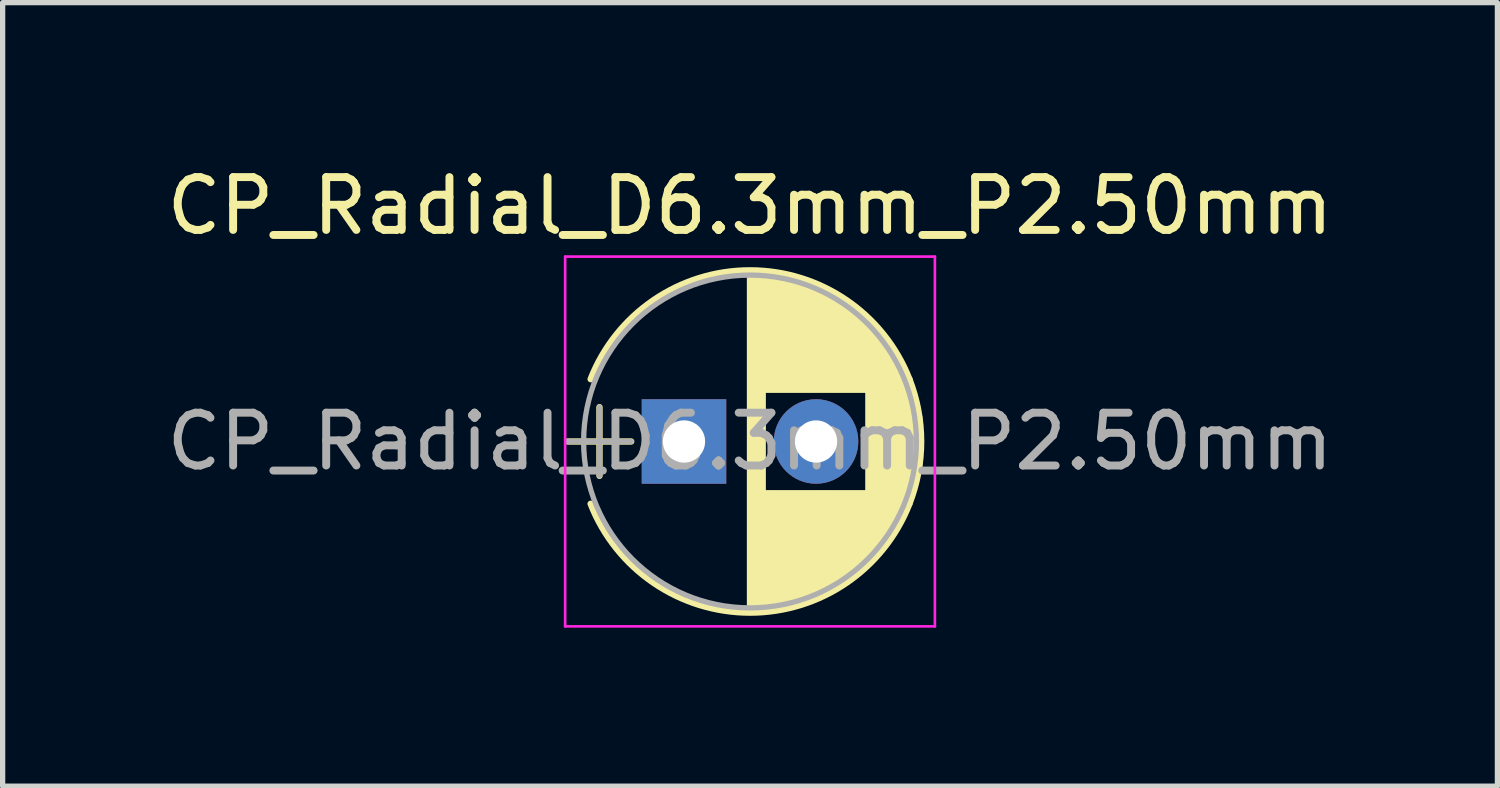
<source format=kicad_pcb>
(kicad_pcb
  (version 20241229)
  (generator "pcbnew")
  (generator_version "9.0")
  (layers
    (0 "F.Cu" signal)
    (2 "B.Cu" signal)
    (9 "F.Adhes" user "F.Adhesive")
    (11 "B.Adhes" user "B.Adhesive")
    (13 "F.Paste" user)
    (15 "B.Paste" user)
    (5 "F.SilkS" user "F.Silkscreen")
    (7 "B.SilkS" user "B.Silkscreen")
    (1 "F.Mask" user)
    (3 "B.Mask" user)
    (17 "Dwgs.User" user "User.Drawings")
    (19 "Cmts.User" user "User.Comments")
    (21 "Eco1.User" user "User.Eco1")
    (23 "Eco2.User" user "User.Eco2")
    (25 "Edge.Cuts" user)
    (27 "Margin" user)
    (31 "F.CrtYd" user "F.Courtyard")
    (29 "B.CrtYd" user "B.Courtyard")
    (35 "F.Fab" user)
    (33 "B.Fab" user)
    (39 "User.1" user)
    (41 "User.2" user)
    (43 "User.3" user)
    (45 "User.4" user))
  (footprint "CP_Radial_D6.3mm_P2.50mm"
    (layer "F.Cu")
    (at 9.899 5.308)
    (property "Reference" "CP_Radial_D6.3mm_P2.50mm" (at 1.25 -4.46 0) (layer "F.SilkS") (effects (font (size 1 1) (thickness 0.15))))
    (attr through_hole)
    (fp_line (start -2.2 0) (end -1 0) (stroke (width 0.12) (type solid)) (layer "F.SilkS"))
    (fp_line (start -1.6 -0.65) (end -1.6 0.65) (stroke (width 0.12) (type solid)) (layer "F.SilkS"))
    (fp_line (start 1.25 -3.2) (end 1.25 3.2) (stroke (width 0.12) (type solid)) (layer "F.SilkS"))
    (fp_line (start 1.29 -3.2) (end 1.29 3.2) (stroke (width 0.12) (type solid)) (layer "F.SilkS"))
    (fp_line (start 1.33 -3.2) (end 1.33 3.2) (stroke (width 0.12) (type solid)) (layer "F.SilkS"))
    (fp_line (start 1.37 -3.198) (end 1.37 3.198) (stroke (width 0.12) (type solid)) (layer "F.SilkS"))
    (fp_line (start 1.41 -3.197) (end 1.41 3.197) (stroke (width 0.12) (type solid)) (layer "F.SilkS"))
    (fp_line (start 1.45 -3.194) (end 1.45 3.194) (stroke (width 0.12) (type solid)) (layer "F.SilkS"))
    (fp_line (start 1.49 -3.192) (end 1.49 3.192) (stroke (width 0.12) (type solid)) (layer "F.SilkS"))
    (fp_line (start 1.53 -3.188) (end 1.53 -0.98) (stroke (width 0.12) (type solid)) (layer "F.SilkS"))
    (fp_line (start 1.53 0.98) (end 1.53 3.188) (stroke (width 0.12) (type solid)) (layer "F.SilkS"))
    (fp_line (start 1.57 -3.185) (end 1.57 -0.98) (stroke (width 0.12) (type solid)) (layer "F.SilkS"))
    (fp_line (start 1.57 0.98) (end 1.57 3.185) (stroke (width 0.12) (type solid)) (layer "F.SilkS"))
    (fp_line (start 1.61 -3.18) (end 1.61 -0.98) (stroke (width 0.12) (type solid)) (layer "F.SilkS"))
    (fp_line (start 1.61 0.98) (end 1.61 3.18) (stroke (width 0.12) (type solid)) (layer "F.SilkS"))
    (fp_line (start 1.65 -3.176) (end 1.65 -0.98) (stroke (width 0.12) (type solid)) (layer "F.SilkS"))
    (fp_line (start 1.65 0.98) (end 1.65 3.176) (stroke (width 0.12) (type solid)) (layer "F.SilkS"))
    (fp_line (start 1.69 -3.17) (end 1.69 -0.98) (stroke (width 0.12) (type solid)) (layer "F.SilkS"))
    (fp_line (start 1.69 0.98) (end 1.69 3.17) (stroke (width 0.12) (type solid)) (layer "F.SilkS"))
    (fp_line (start 1.73 -3.165) (end 1.73 -0.98) (stroke (width 0.12) (type solid)) (layer "F.SilkS"))
    (fp_line (start 1.73 0.98) (end 1.73 3.165) (stroke (width 0.12) (type solid)) (layer "F.SilkS"))
    (fp_line (start 1.77 -3.158) (end 1.77 -0.98) (stroke (width 0.12) (type solid)) (layer "F.SilkS"))
    (fp_line (start 1.77 0.98) (end 1.77 3.158) (stroke (width 0.12) (type solid)) (layer "F.SilkS"))
    (fp_line (start 1.81 -3.152) (end 1.81 -0.98) (stroke (width 0.12) (type solid)) (layer "F.SilkS"))
    (fp_line (start 1.81 0.98) (end 1.81 3.152) (stroke (width 0.12) (type solid)) (layer "F.SilkS"))
    (fp_line (start 1.85 -3.144) (end 1.85 -0.98) (stroke (width 0.12) (type solid)) (layer "F.SilkS"))
    (fp_line (start 1.85 0.98) (end 1.85 3.144) (stroke (width 0.12) (type solid)) (layer "F.SilkS"))
    (fp_line (start 1.89 -3.137) (end 1.89 -0.98) (stroke (width 0.12) (type solid)) (layer "F.SilkS"))
    (fp_line (start 1.89 0.98) (end 1.89 3.137) (stroke (width 0.12) (type solid)) (layer "F.SilkS"))
    (fp_line (start 1.93 -3.128) (end 1.93 -0.98) (stroke (width 0.12) (type solid)) (layer "F.SilkS"))
    (fp_line (start 1.93 0.98) (end 1.93 3.128) (stroke (width 0.12) (type solid)) (layer "F.SilkS"))
    (fp_line (start 1.971 -3.119) (end 1.971 -0.98) (stroke (width 0.12) (type solid)) (layer "F.SilkS"))
    (fp_line (start 1.971 0.98) (end 1.971 3.119) (stroke (width 0.12) (type solid)) (layer "F.SilkS"))
    (fp_line (start 2.011 -3.11) (end 2.011 -0.98) (stroke (width 0.12) (type solid)) (layer "F.SilkS"))
    (fp_line (start 2.011 0.98) (end 2.011 3.11) (stroke (width 0.12) (type solid)) (layer "F.SilkS"))
    (fp_line (start 2.051 -3.1) (end 2.051 -0.98) (stroke (width 0.12) (type solid)) (layer "F.SilkS"))
    (fp_line (start 2.051 0.98) (end 2.051 3.1) (stroke (width 0.12) (type solid)) (layer "F.SilkS"))
    (fp_line (start 2.091 -3.09) (end 2.091 -0.98) (stroke (width 0.12) (type solid)) (layer "F.SilkS"))
    (fp_line (start 2.091 0.98) (end 2.091 3.09) (stroke (width 0.12) (type solid)) (layer "F.SilkS"))
    (fp_line (start 2.131 -3.079) (end 2.131 -0.98) (stroke (width 0.12) (type solid)) (layer "F.SilkS"))
    (fp_line (start 2.131 0.98) (end 2.131 3.079) (stroke (width 0.12) (type solid)) (layer "F.SilkS"))
    (fp_line (start 2.171 -3.067) (end 2.171 -0.98) (stroke (width 0.12) (type solid)) (layer "F.SilkS"))
    (fp_line (start 2.171 0.98) (end 2.171 3.067) (stroke (width 0.12) (type solid)) (layer "F.SilkS"))
    (fp_line (start 2.211 -3.055) (end 2.211 -0.98) (stroke (width 0.12) (type solid)) (layer "F.SilkS"))
    (fp_line (start 2.211 0.98) (end 2.211 3.055) (stroke (width 0.12) (type solid)) (layer "F.SilkS"))
    (fp_line (start 2.251 -3.042) (end 2.251 -0.98) (stroke (width 0.12) (type solid)) (layer "F.SilkS"))
    (fp_line (start 2.251 0.98) (end 2.251 3.042) (stroke (width 0.12) (type solid)) (layer "F.SilkS"))
    (fp_line (start 2.291 -3.029) (end 2.291 -0.98) (stroke (width 0.12) (type solid)) (layer "F.SilkS"))
    (fp_line (start 2.291 0.98) (end 2.291 3.029) (stroke (width 0.12) (type solid)) (layer "F.SilkS"))
    (fp_line (start 2.331 -3.015) (end 2.331 -0.98) (stroke (width 0.12) (type solid)) (layer "F.SilkS"))
    (fp_line (start 2.331 0.98) (end 2.331 3.015) (stroke (width 0.12) (type solid)) (layer "F.SilkS"))
    (fp_line (start 2.371 -3.001) (end 2.371 -0.98) (stroke (width 0.12) (type solid)) (layer "F.SilkS"))
    (fp_line (start 2.371 0.98) (end 2.371 3.001) (stroke (width 0.12) (type solid)) (layer "F.SilkS"))
    (fp_line (start 2.411 -2.986) (end 2.411 -0.98) (stroke (width 0.12) (type solid)) (layer "F.SilkS"))
    (fp_line (start 2.411 0.98) (end 2.411 2.986) (stroke (width 0.12) (type solid)) (layer "F.SilkS"))
    (fp_line (start 2.451 -2.97) (end 2.451 -0.98) (stroke (width 0.12) (type solid)) (layer "F.SilkS"))
    (fp_line (start 2.451 0.98) (end 2.451 2.97) (stroke (width 0.12) (type solid)) (layer "F.SilkS"))
    (fp_line (start 2.491 -2.954) (end 2.491 -0.98) (stroke (width 0.12) (type solid)) (layer "F.SilkS"))
    (fp_line (start 2.491 0.98) (end 2.491 2.954) (stroke (width 0.12) (type solid)) (layer "F.SilkS"))
    (fp_line (start 2.531 -2.937) (end 2.531 -0.98) (stroke (width 0.12) (type solid)) (layer "F.SilkS"))
    (fp_line (start 2.531 0.98) (end 2.531 2.937) (stroke (width 0.12) (type solid)) (layer "F.SilkS"))
    (fp_line (start 2.571 -2.919) (end 2.571 -0.98) (stroke (width 0.12) (type solid)) (layer "F.SilkS"))
    (fp_line (start 2.571 0.98) (end 2.571 2.919) (stroke (width 0.12) (type solid)) (layer "F.SilkS"))
    (fp_line (start 2.611 -2.901) (end 2.611 -0.98) (stroke (width 0.12) (type solid)) (layer "F.SilkS"))
    (fp_line (start 2.611 0.98) (end 2.611 2.901) (stroke (width 0.12) (type solid)) (layer "F.SilkS"))
    (fp_line (start 2.651 -2.882) (end 2.651 -0.98) (stroke (width 0.12) (type solid)) (layer "F.SilkS"))
    (fp_line (start 2.651 0.98) (end 2.651 2.882) (stroke (width 0.12) (type solid)) (layer "F.SilkS"))
    (fp_line (start 2.691 -2.863) (end 2.691 -0.98) (stroke (width 0.12) (type solid)) (layer "F.SilkS"))
    (fp_line (start 2.691 0.98) (end 2.691 2.863) (stroke (width 0.12) (type solid)) (layer "F.SilkS"))
    (fp_line (start 2.731 -2.843) (end 2.731 -0.98) (stroke (width 0.12) (type solid)) (layer "F.SilkS"))
    (fp_line (start 2.731 0.98) (end 2.731 2.843) (stroke (width 0.12) (type solid)) (layer "F.SilkS"))
    (fp_line (start 2.771 -2.822) (end 2.771 -0.98) (stroke (width 0.12) (type solid)) (layer "F.SilkS"))
    (fp_line (start 2.771 0.98) (end 2.771 2.822) (stroke (width 0.12) (type solid)) (layer "F.SilkS"))
    (fp_line (start 2.811 -2.8) (end 2.811 -0.98) (stroke (width 0.12) (type solid)) (layer "F.SilkS"))
    (fp_line (start 2.811 0.98) (end 2.811 2.8) (stroke (width 0.12) (type solid)) (layer "F.SilkS"))
    (fp_line (start 2.851 -2.778) (end 2.851 -0.98) (stroke (width 0.12) (type solid)) (layer "F.SilkS"))
    (fp_line (start 2.851 0.98) (end 2.851 2.778) (stroke (width 0.12) (type solid)) (layer "F.SilkS"))
    (fp_line (start 2.891 -2.755) (end 2.891 -0.98) (stroke (width 0.12) (type solid)) (layer "F.SilkS"))
    (fp_line (start 2.891 0.98) (end 2.891 2.755) (stroke (width 0.12) (type solid)) (layer "F.SilkS"))
    (fp_line (start 2.931 -2.731) (end 2.931 -0.98) (stroke (width 0.12) (type solid)) (layer "F.SilkS"))
    (fp_line (start 2.931 0.98) (end 2.931 2.731) (stroke (width 0.12) (type solid)) (layer "F.SilkS"))
    (fp_line (start 2.971 -2.706) (end 2.971 -0.98) (stroke (width 0.12) (type solid)) (layer "F.SilkS"))
    (fp_line (start 2.971 0.98) (end 2.971 2.706) (stroke (width 0.12) (type solid)) (layer "F.SilkS"))
    (fp_line (start 3.011 -2.681) (end 3.011 -0.98) (stroke (width 0.12) (type solid)) (layer "F.SilkS"))
    (fp_line (start 3.011 0.98) (end 3.011 2.681) (stroke (width 0.12) (type solid)) (layer "F.SilkS"))
    (fp_line (start 3.051 -2.654) (end 3.051 -0.98) (stroke (width 0.12) (type solid)) (layer "F.SilkS"))
    (fp_line (start 3.051 0.98) (end 3.051 2.654) (stroke (width 0.12) (type solid)) (layer "F.SilkS"))
    (fp_line (start 3.091 -2.627) (end 3.091 -0.98) (stroke (width 0.12) (type solid)) (layer "F.SilkS"))
    (fp_line (start 3.091 0.98) (end 3.091 2.627) (stroke (width 0.12) (type solid)) (layer "F.SilkS"))
    (fp_line (start 3.131 -2.599) (end 3.131 -0.98) (stroke (width 0.12) (type solid)) (layer "F.SilkS"))
    (fp_line (start 3.131 0.98) (end 3.131 2.599) (stroke (width 0.12) (type solid)) (layer "F.SilkS"))
    (fp_line (start 3.171 -2.57) (end 3.171 -0.98) (stroke (width 0.12) (type solid)) (layer "F.SilkS"))
    (fp_line (start 3.171 0.98) (end 3.171 2.57) (stroke (width 0.12) (type solid)) (layer "F.SilkS"))
    (fp_line (start 3.211 -2.54) (end 3.211 -0.98) (stroke (width 0.12) (type solid)) (layer "F.SilkS"))
    (fp_line (start 3.211 0.98) (end 3.211 2.54) (stroke (width 0.12) (type solid)) (layer "F.SilkS"))
    (fp_line (start 3.251 -2.51) (end 3.251 -0.98) (stroke (width 0.12) (type solid)) (layer "F.SilkS"))
    (fp_line (start 3.251 0.98) (end 3.251 2.51) (stroke (width 0.12) (type solid)) (layer "F.SilkS"))
    (fp_line (start 3.291 -2.478) (end 3.291 -0.98) (stroke (width 0.12) (type solid)) (layer "F.SilkS"))
    (fp_line (start 3.291 0.98) (end 3.291 2.478) (stroke (width 0.12) (type solid)) (layer "F.SilkS"))
    (fp_line (start 3.331 -2.445) (end 3.331 -0.98) (stroke (width 0.12) (type solid)) (layer "F.SilkS"))
    (fp_line (start 3.331 0.98) (end 3.331 2.445) (stroke (width 0.12) (type solid)) (layer "F.SilkS"))
    (fp_line (start 3.371 -2.411) (end 3.371 -0.98) (stroke (width 0.12) (type solid)) (layer "F.SilkS"))
    (fp_line (start 3.371 0.98) (end 3.371 2.411) (stroke (width 0.12) (type solid)) (layer "F.SilkS"))
    (fp_line (start 3.411 -2.375) (end 3.411 -0.98) (stroke (width 0.12) (type solid)) (layer "F.SilkS"))
    (fp_line (start 3.411 0.98) (end 3.411 2.375) (stroke (width 0.12) (type solid)) (layer "F.SilkS"))
    (fp_line (start 3.451 -2.339) (end 3.451 -0.98) (stroke (width 0.12) (type solid)) (layer "F.SilkS"))
    (fp_line (start 3.451 0.98) (end 3.451 2.339) (stroke (width 0.12) (type solid)) (layer "F.SilkS"))
    (fp_line (start 3.491 -2.301) (end 3.491 2.301) (stroke (width 0.12) (type solid)) (layer "F.SilkS"))
    (fp_line (start 3.531 -2.262) (end 3.531 2.262) (stroke (width 0.12) (type solid)) (layer "F.SilkS"))
    (fp_line (start 3.571 -2.222) (end 3.571 2.222) (stroke (width 0.12) (type solid)) (layer "F.SilkS"))
    (fp_line (start 3.611 -2.18) (end 3.611 2.18) (stroke (width 0.12) (type solid)) (layer "F.SilkS"))
    (fp_line (start 3.651 -2.137) (end 3.651 2.137) (stroke (width 0.12) (type solid)) (layer "F.SilkS"))
    (fp_line (start 3.691 -2.092) (end 3.691 2.092) (stroke (width 0.12) (type solid)) (layer "F.SilkS"))
    (fp_line (start 3.731 -2.045) (end 3.731 2.045) (stroke (width 0.12) (type solid)) (layer "F.SilkS"))
    (fp_line (start 3.771 -1.997) (end 3.771 1.997) (stroke (width 0.12) (type solid)) (layer "F.SilkS"))
    (fp_line (start 3.811 -1.946) (end 3.811 1.946) (stroke (width 0.12) (type solid)) (layer "F.SilkS"))
    (fp_line (start 3.851 -1.894) (end 3.851 1.894) (stroke (width 0.12) (type solid)) (layer "F.SilkS"))
    (fp_line (start 3.891 -1.839) (end 3.891 1.839) (stroke (width 0.12) (type solid)) (layer "F.SilkS"))
    (fp_line (start 3.931 -1.781) (end 3.931 1.781) (stroke (width 0.12) (type solid)) (layer "F.SilkS"))
    (fp_line (start 3.971 -1.721) (end 3.971 1.721) (stroke (width 0.12) (type solid)) (layer "F.SilkS"))
    (fp_line (start 4.011 -1.658) (end 4.011 1.658) (stroke (width 0.12) (type solid)) (layer "F.SilkS"))
    (fp_line (start 4.051 -1.591) (end 4.051 1.591) (stroke (width 0.12) (type solid)) (layer "F.SilkS"))
    (fp_line (start 4.091 -1.52) (end 4.091 1.52) (stroke (width 0.12) (type solid)) (layer "F.SilkS"))
    (fp_line (start 4.131 -1.445) (end 4.131 1.445) (stroke (width 0.12) (type solid)) (layer "F.SilkS"))
    (fp_line (start 4.171 -1.364) (end 4.171 1.364) (stroke (width 0.12) (type solid)) (layer "F.SilkS"))
    (fp_line (start 4.211 -1.278) (end 4.211 1.278) (stroke (width 0.12) (type solid)) (layer "F.SilkS"))
    (fp_line (start 4.251 -1.184) (end 4.251 1.184) (stroke (width 0.12) (type solid)) (layer "F.SilkS"))
    (fp_line (start 4.291 -1.081) (end 4.291 1.081) (stroke (width 0.12) (type solid)) (layer "F.SilkS"))
    (fp_line (start 4.331 -0.966) (end 4.331 0.966) (stroke (width 0.12) (type solid)) (layer "F.SilkS"))
    (fp_line (start 4.371 -0.834) (end 4.371 0.834) (stroke (width 0.12) (type solid)) (layer "F.SilkS"))
    (fp_line (start 4.411 -0.676) (end 4.411 0.676) (stroke (width 0.12) (type solid)) (layer "F.SilkS"))
    (fp_line (start 4.451 -0.468) (end 4.451 0.468) (stroke (width 0.12) (type solid)) (layer "F.SilkS"))
    (fp_arc (start -1.767482 -1.18) (mid 1.250464 -3.24) (end 4.26782 -1.179135) (stroke (width 0.12) (type solid)) (layer "F.SilkS"))
    (fp_arc (start 4.267482 -1.18) (mid 4.49 -0.000464) (end 4.26782 1.179135) (stroke (width 0.12) (type solid)) (layer "F.SilkS"))
    (fp_arc (start 4.26782 1.179135) (mid 1.250464 3.239999) (end -1.767482 1.18) (stroke (width 0.12) (type solid)) (layer "F.SilkS"))
    (fp_line (start -2.25 -3.5) (end -2.25 3.5) (stroke (width 0.05) (type solid)) (layer "F.CrtYd"))
    (fp_line (start -2.25 3.5) (end 4.75 3.5) (stroke (width 0.05) (type solid)) (layer "F.CrtYd"))
    (fp_line (start 4.75 -3.5) (end -2.25 -3.5) (stroke (width 0.05) (type solid)) (layer "F.CrtYd"))
    (fp_line (start 4.75 3.5) (end 4.75 -3.5) (stroke (width 0.05) (type solid)) (layer "F.CrtYd"))
    (fp_line (start -2.2 0) (end -1 0) (stroke (width 0.1) (type solid)) (layer "F.Fab"))
    (fp_line (start -1.6 -0.65) (end -1.6 0.65) (stroke (width 0.1) (type solid)) (layer "F.Fab"))
    (fp_circle (center 1.25 0) (end 4.4 0) (stroke (width 0.1) (type solid)) (fill no) (layer "F.Fab"))
    (fp_text user "${REFERENCE}" (at 1.25 0 0) (layer "F.Fab") (effects (font (size 1 1) (thickness 0.15))))
    (pad "1" thru_hole rect (at 0 0) (size 1.6 1.6) (drill 0.8) (layers "*.Cu" "*.Mask"))
    (pad "2" thru_hole circle (at 2.5 0) (size 1.6 1.6) (drill 0.8) (layers "*.Cu" "*.Mask")))
  (gr_rect
    (start -3 -3)
    (end 25.298 11.833)
    (stroke (width 0.1) (type default))
    (fill no)
    (layer "Edge.Cuts")))
</source>
